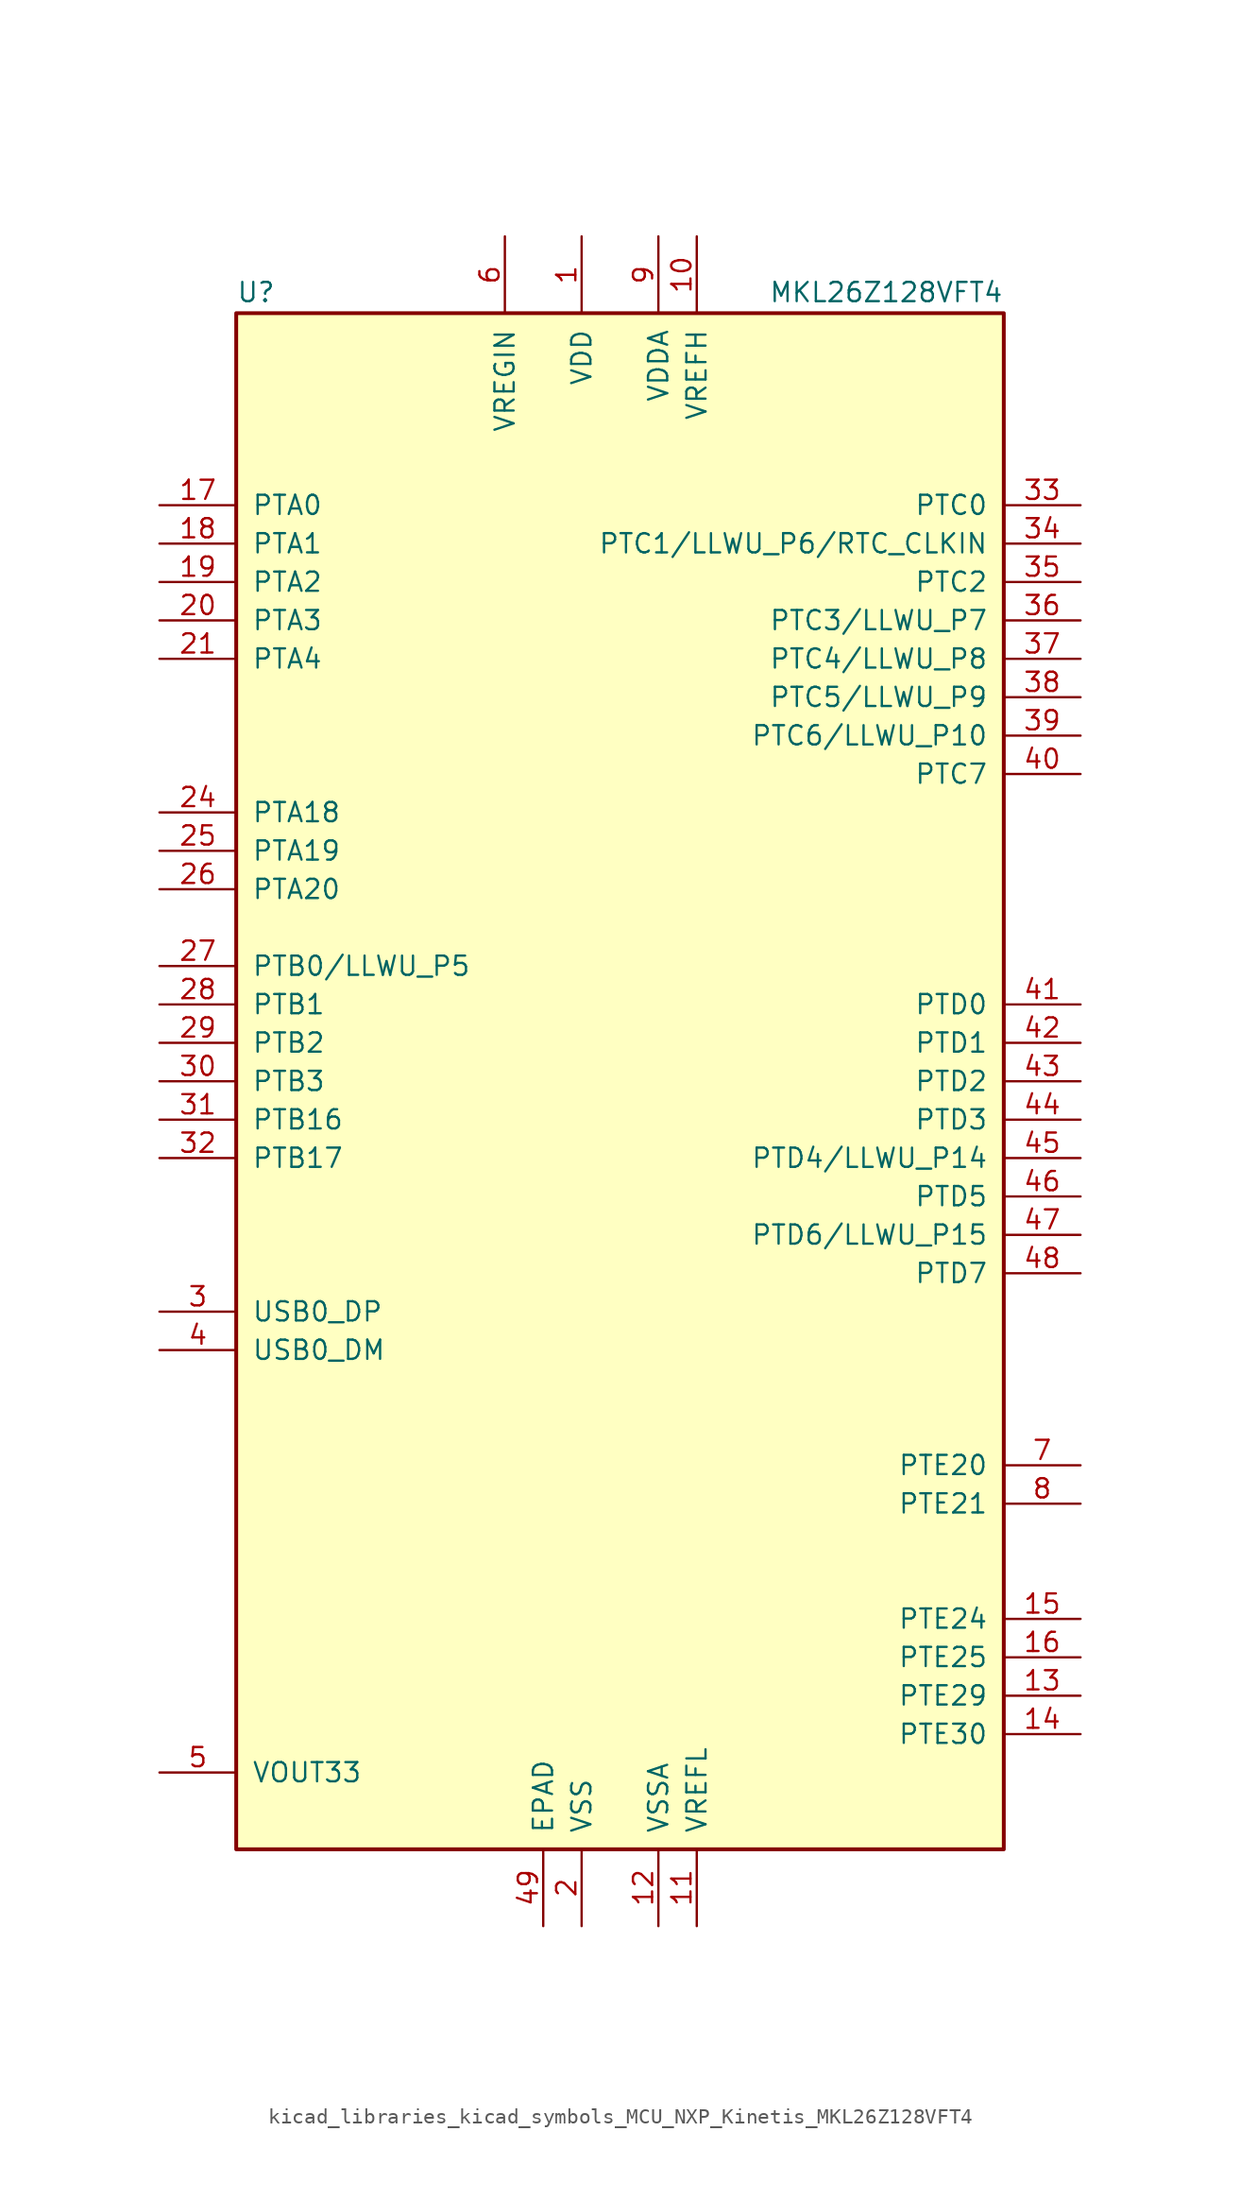
<source format=kicad_sym>
(kicad_symbol_lib
  (version 20220914)
  (generator kicad_symbol_editor)
  (symbol "kicad_libraries_kicad_symbols_MCU_NXP_Kinetis_MKL26Z128VFT4"
    (pin_names
      (offset 1.016))
    (property "Reference" "U"
      (at -25.4 51.435 0)
      (effects (font (size 1.27 1.27)) (justify left bottom)))
    (property "Value" "MKL26Z128VFT4"
      (at 25.4 51.435 0)
      (effects (font (size 1.27 1.27)) (justify right bottom)))
    (symbol "kicad_libraries_kicad_symbols_MCU_NXP_Kinetis_MKL26Z128VFT4_0_1"
      (rectangle (start -25.4 50.8) (end 25.4 -50.8) (stroke (width 0.254) (type default)) (fill (type background))))
    (symbol "kicad_libraries_kicad_symbols_MCU_NXP_Kinetis_MKL26Z128VFT4_1_1"
      (pin power_in line (at -2.54 55.88 270) (length 5.08) (name "VDD" (effects (font (size 1.27 1.27)))) (number "1" (effects (font (size 1.27 1.27)))))
      (pin power_in line (at 5.08 55.88 270) (length 5.08) (name "VREFH" (effects (font (size 1.27 1.27)))) (number "10" (effects (font (size 1.27 1.27)))))
      (pin power_in line (at 5.08 -55.88 90) (length 5.08) (name "VREFL" (effects (font (size 1.27 1.27)))) (number "11" (effects (font (size 1.27 1.27)))))
      (pin power_in line (at 2.54 -55.88 90) (length 5.08) (name "VSSA" (effects (font (size 1.27 1.27)))) (number "12" (effects (font (size 1.27 1.27)))))
      (pin bidirectional line (at 30.48 -40.64 180) (length 5.08) (name "PTE29" (effects (font (size 1.27 1.27)))) (number "13" (effects (font (size 1.27 1.27)))))
      (pin bidirectional line (at 30.48 -43.18 180) (length 5.08) (name "PTE30" (effects (font (size 1.27 1.27)))) (number "14" (effects (font (size 1.27 1.27)))))
      (pin bidirectional line (at 30.48 -35.56 180) (length 5.08) (name "PTE24" (effects (font (size 1.27 1.27)))) (number "15" (effects (font (size 1.27 1.27)))))
      (pin bidirectional line (at 30.48 -38.1 180) (length 5.08) (name "PTE25" (effects (font (size 1.27 1.27)))) (number "16" (effects (font (size 1.27 1.27)))))
      (pin bidirectional line (at -30.48 38.1 0) (length 5.08) (name "PTA0" (effects (font (size 1.27 1.27)))) (number "17" (effects (font (size 1.27 1.27)))))
      (pin bidirectional line (at -30.48 35.56 0) (length 5.08) (name "PTA1" (effects (font (size 1.27 1.27)))) (number "18" (effects (font (size 1.27 1.27)))))
      (pin bidirectional line (at -30.48 33.02 0) (length 5.08) (name "PTA2" (effects (font (size 1.27 1.27)))) (number "19" (effects (font (size 1.27 1.27)))))
      (pin power_in line (at -2.54 -55.88 90) (length 5.08) (name "VSS" (effects (font (size 1.27 1.27)))) (number "2" (effects (font (size 1.27 1.27)))))
      (pin bidirectional line (at -30.48 30.48 0) (length 5.08) (name "PTA3" (effects (font (size 1.27 1.27)))) (number "20" (effects (font (size 1.27 1.27)))))
      (pin bidirectional line (at -30.48 27.94 0) (length 5.08) (name "PTA4" (effects (font (size 1.27 1.27)))) (number "21" (effects (font (size 1.27 1.27)))))
      (pin passive line (at -2.54 55.88 270) (length 5.08) hide (name "VDD" (effects (font (size 1.27 1.27)))) (number "22" (effects (font (size 1.27 1.27)))))
      (pin passive line (at -2.54 -55.88 90) (length 5.08) hide (name "VSS" (effects (font (size 1.27 1.27)))) (number "23" (effects (font (size 1.27 1.27)))))
      (pin bidirectional line (at -30.48 17.78 0) (length 5.08) (name "PTA18" (effects (font (size 1.27 1.27)))) (number "24" (effects (font (size 1.27 1.27)))))
      (pin bidirectional line (at -30.48 15.24 0) (length 5.08) (name "PTA19" (effects (font (size 1.27 1.27)))) (number "25" (effects (font (size 1.27 1.27)))))
      (pin bidirectional line (at -30.48 12.7 0) (length 5.08) (name "PTA20" (effects (font (size 1.27 1.27)))) (number "26" (effects (font (size 1.27 1.27)))))
      (pin bidirectional line (at -30.48 7.62 0) (length 5.08) (name "PTB0/LLWU_P5" (effects (font (size 1.27 1.27)))) (number "27" (effects (font (size 1.27 1.27)))))
      (pin bidirectional line (at -30.48 5.08 0) (length 5.08) (name "PTB1" (effects (font (size 1.27 1.27)))) (number "28" (effects (font (size 1.27 1.27)))))
      (pin bidirectional line (at -30.48 2.54 0) (length 5.08) (name "PTB2" (effects (font (size 1.27 1.27)))) (number "29" (effects (font (size 1.27 1.27)))))
      (pin bidirectional line (at -30.48 -15.24 0) (length 5.08) (name "USB0_DP" (effects (font (size 1.27 1.27)))) (number "3" (effects (font (size 1.27 1.27)))))
      (pin bidirectional line (at -30.48 0 0) (length 5.08) (name "PTB3" (effects (font (size 1.27 1.27)))) (number "30" (effects (font (size 1.27 1.27)))))
      (pin bidirectional line (at -30.48 -2.54 0) (length 5.08) (name "PTB16" (effects (font (size 1.27 1.27)))) (number "31" (effects (font (size 1.27 1.27)))))
      (pin bidirectional line (at -30.48 -5.08 0) (length 5.08) (name "PTB17" (effects (font (size 1.27 1.27)))) (number "32" (effects (font (size 1.27 1.27)))))
      (pin bidirectional line (at 30.48 38.1 180) (length 5.08) (name "PTC0" (effects (font (size 1.27 1.27)))) (number "33" (effects (font (size 1.27 1.27)))))
      (pin bidirectional line (at 30.48 35.56 180) (length 5.08) (name "PTC1/LLWU_P6/RTC_CLKIN" (effects (font (size 1.27 1.27)))) (number "34" (effects (font (size 1.27 1.27)))))
      (pin bidirectional line (at 30.48 33.02 180) (length 5.08) (name "PTC2" (effects (font (size 1.27 1.27)))) (number "35" (effects (font (size 1.27 1.27)))))
      (pin bidirectional line (at 30.48 30.48 180) (length 5.08) (name "PTC3/LLWU_P7" (effects (font (size 1.27 1.27)))) (number "36" (effects (font (size 1.27 1.27)))))
      (pin bidirectional line (at 30.48 27.94 180) (length 5.08) (name "PTC4/LLWU_P8" (effects (font (size 1.27 1.27)))) (number "37" (effects (font (size 1.27 1.27)))))
      (pin bidirectional line (at 30.48 25.4 180) (length 5.08) (name "PTC5/LLWU_P9" (effects (font (size 1.27 1.27)))) (number "38" (effects (font (size 1.27 1.27)))))
      (pin bidirectional line (at 30.48 22.86 180) (length 5.08) (name "PTC6/LLWU_P10" (effects (font (size 1.27 1.27)))) (number "39" (effects (font (size 1.27 1.27)))))
      (pin bidirectional line (at -30.48 -17.78 0) (length 5.08) (name "USB0_DM" (effects (font (size 1.27 1.27)))) (number "4" (effects (font (size 1.27 1.27)))))
      (pin bidirectional line (at 30.48 20.32 180) (length 5.08) (name "PTC7" (effects (font (size 1.27 1.27)))) (number "40" (effects (font (size 1.27 1.27)))))
      (pin bidirectional line (at 30.48 5.08 180) (length 5.08) (name "PTD0" (effects (font (size 1.27 1.27)))) (number "41" (effects (font (size 1.27 1.27)))))
      (pin bidirectional line (at 30.48 2.54 180) (length 5.08) (name "PTD1" (effects (font (size 1.27 1.27)))) (number "42" (effects (font (size 1.27 1.27)))))
      (pin bidirectional line (at 30.48 0 180) (length 5.08) (name "PTD2" (effects (font (size 1.27 1.27)))) (number "43" (effects (font (size 1.27 1.27)))))
      (pin bidirectional line (at 30.48 -2.54 180) (length 5.08) (name "PTD3" (effects (font (size 1.27 1.27)))) (number "44" (effects (font (size 1.27 1.27)))))
      (pin bidirectional line (at 30.48 -5.08 180) (length 5.08) (name "PTD4/LLWU_P14" (effects (font (size 1.27 1.27)))) (number "45" (effects (font (size 1.27 1.27)))))
      (pin bidirectional line (at 30.48 -7.62 180) (length 5.08) (name "PTD5" (effects (font (size 1.27 1.27)))) (number "46" (effects (font (size 1.27 1.27)))))
      (pin bidirectional line (at 30.48 -10.16 180) (length 5.08) (name "PTD6/LLWU_P15" (effects (font (size 1.27 1.27)))) (number "47" (effects (font (size 1.27 1.27)))))
      (pin bidirectional line (at 30.48 -12.7 180) (length 5.08) (name "PTD7" (effects (font (size 1.27 1.27)))) (number "48" (effects (font (size 1.27 1.27)))))
      (pin power_in line (at -5.08 -55.88 90) (length 5.08) (name "EPAD" (effects (font (size 1.27 1.27)))) (number "49" (effects (font (size 1.27 1.27)))))
      (pin power_out line (at -30.48 -45.72 0) (length 5.08) (name "VOUT33" (effects (font (size 1.27 1.27)))) (number "5" (effects (font (size 1.27 1.27)))))
      (pin power_in line (at -7.62 55.88 270) (length 5.08) (name "VREGIN" (effects (font (size 1.27 1.27)))) (number "6" (effects (font (size 1.27 1.27)))))
      (pin bidirectional line (at 30.48 -25.4 180) (length 5.08) (name "PTE20" (effects (font (size 1.27 1.27)))) (number "7" (effects (font (size 1.27 1.27)))))
      (pin bidirectional line (at 30.48 -27.94 180) (length 5.08) (name "PTE21" (effects (font (size 1.27 1.27)))) (number "8" (effects (font (size 1.27 1.27)))))
      (pin power_in line (at 2.54 55.88 270) (length 5.08) (name "VDDA" (effects (font (size 1.27 1.27)))) (number "9" (effects (font (size 1.27 1.27))))))))
</source>
